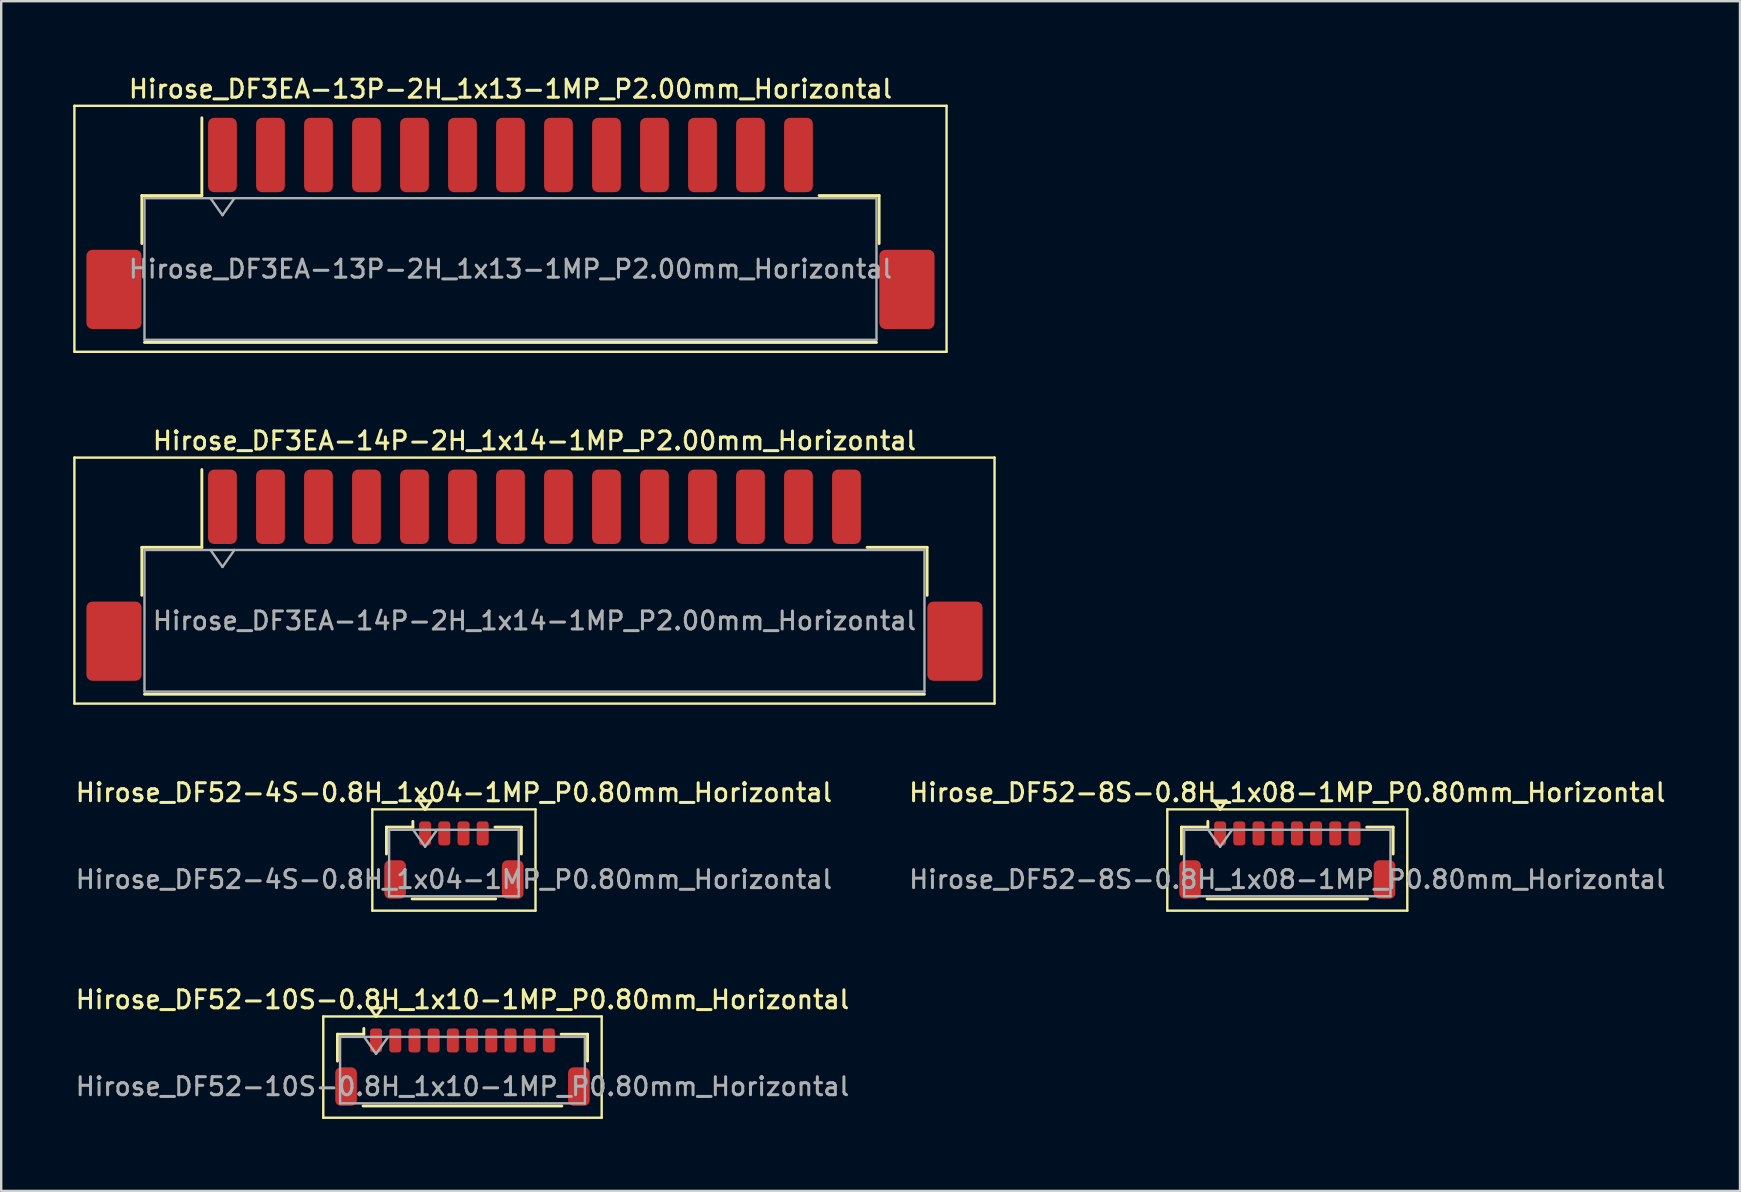
<source format=kicad_pcb>
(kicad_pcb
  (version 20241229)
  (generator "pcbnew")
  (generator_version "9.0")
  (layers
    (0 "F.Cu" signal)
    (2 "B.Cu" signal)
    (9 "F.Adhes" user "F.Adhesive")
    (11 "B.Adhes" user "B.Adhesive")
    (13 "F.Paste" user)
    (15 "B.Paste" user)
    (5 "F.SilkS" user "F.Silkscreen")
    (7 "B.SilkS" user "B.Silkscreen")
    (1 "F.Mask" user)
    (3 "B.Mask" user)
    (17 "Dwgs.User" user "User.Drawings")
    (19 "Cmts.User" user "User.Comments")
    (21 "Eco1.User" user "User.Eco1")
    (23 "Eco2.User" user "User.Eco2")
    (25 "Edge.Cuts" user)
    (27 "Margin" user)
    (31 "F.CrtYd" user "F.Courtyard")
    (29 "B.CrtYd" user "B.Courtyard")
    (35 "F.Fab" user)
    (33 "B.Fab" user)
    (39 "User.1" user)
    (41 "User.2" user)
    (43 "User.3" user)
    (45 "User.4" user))
  (footprint "Hirose_DF52-4S-0.8H_1x04-1MP_P0.80mm_Horizontal"
    (layer "F.Cu")
    (at 15.863 32.784)
    (property "Reference" "Hirose_DF52-4S-0.8H_1x04-1MP_P0.80mm_Horizontal" (at 0 -2.81 0) (layer "F.SilkS") (effects (font (size 0.75 0.75) (thickness 0.125))))
    (attr smd)
    (fp_line (start -3.4 -2.11) (end -3.4 2.11) (stroke (width 0.1) (type solid)) (layer "F.SilkS"))
    (fp_line (start -3.4 2.11) (end 3.4 2.11) (stroke (width 0.1) (type solid)) (layer "F.SilkS"))
    (fp_line (start -2.81 -1.37) (end -1.71 -1.37) (stroke (width 0.12) (type solid)) (layer "F.SilkS"))
    (fp_line (start -2.81 -0.25) (end -2.81 -1.37) (stroke (width 0.12) (type solid)) (layer "F.SilkS"))
    (fp_line (start -1.74 1.62) (end 1.74 1.62) (stroke (width 0.12) (type solid)) (layer "F.SilkS"))
    (fp_line (start -1.71 -1.37) (end -1.71 -1.61) (stroke (width 0.12) (type solid)) (layer "F.SilkS"))
    (fp_line (start -1.45 -2.464) (end -1.2 -2.11) (stroke (width 0.12) (type solid)) (layer "F.SilkS"))
    (fp_line (start -1.2 -2.11) (end -0.95 -2.464) (stroke (width 0.12) (type solid)) (layer "F.SilkS"))
    (fp_line (start -0.95 -2.464) (end -1.45 -2.464) (stroke (width 0.12) (type solid)) (layer "F.SilkS"))
    (fp_line (start 2.81 -1.37) (end 1.71 -1.37) (stroke (width 0.12) (type solid)) (layer "F.SilkS"))
    (fp_line (start 2.81 -0.25) (end 2.81 -1.37) (stroke (width 0.12) (type solid)) (layer "F.SilkS"))
    (fp_line (start 3.4 -2.11) (end -3.4 -2.11) (stroke (width 0.1) (type solid)) (layer "F.SilkS"))
    (fp_line (start 3.4 2.11) (end 3.4 -2.11) (stroke (width 0.1) (type solid)) (layer "F.SilkS"))
    (fp_line (start -2.7 -1.26) (end -2.7 1.51) (stroke (width 0.1) (type solid)) (layer "F.Fab"))
    (fp_line (start -2.7 -1.26) (end 2.7 -1.26) (stroke (width 0.1) (type solid)) (layer "F.Fab"))
    (fp_line (start -2.7 1.51) (end 2.7 1.51) (stroke (width 0.1) (type solid)) (layer "F.Fab"))
    (fp_line (start -1.7 -1.26) (end -1.2 -0.553) (stroke (width 0.1) (type solid)) (layer "F.Fab"))
    (fp_line (start -1.2 -0.553) (end -0.7 -1.26) (stroke (width 0.1) (type solid)) (layer "F.Fab"))
    (fp_line (start 2.7 -1.26) (end 2.7 1.51) (stroke (width 0.1) (type solid)) (layer "F.Fab"))
    (fp_text user "${REFERENCE}" (at 0 0.81 0) (layer "F.Fab") (effects (font (size 0.75 0.75) (thickness 0.125))))
    (pad "1" smd roundrect (at -1.2 -1.11) (size 0.5 1) (layers "F.Cu" "F.Mask" "F.Paste") (roundrect_rratio 0.25))
    (pad "2" smd roundrect (at -0.4 -1.11) (size 0.5 1) (layers "F.Cu" "F.Mask" "F.Paste") (roundrect_rratio 0.25))
    (pad "3" smd roundrect (at 0.4 -1.11) (size 0.5 1) (layers "F.Cu" "F.Mask" "F.Paste") (roundrect_rratio 0.25))
    (pad "4" smd roundrect (at 1.2 -1.11) (size 0.5 1) (layers "F.Cu" "F.Mask" "F.Paste") (roundrect_rratio 0.25))
    (pad "MP" smd roundrect (at -2.45 0.81) (size 0.9 1.6) (layers "F.Cu" "F.Mask" "F.Paste") (roundrect_rratio 0.25))
    (pad "MP" smd roundrect (at 2.45 0.81) (size 0.9 1.6) (layers "F.Cu" "F.Mask" "F.Paste") (roundrect_rratio 0.25)))
  (footprint "Hirose_DF52-10S-0.8H_1x10-1MP_P0.80mm_Horizontal"
    (layer "F.Cu")
    (at 16.22 41.413)
    (property "Reference" "Hirose_DF52-10S-0.8H_1x10-1MP_P0.80mm_Horizontal" (at 0 -2.81 0) (layer "F.SilkS") (effects (font (size 0.75 0.75) (thickness 0.125))))
    (attr smd)
    (fp_line (start -5.8 -2.11) (end -5.8 2.11) (stroke (width 0.1) (type solid)) (layer "F.SilkS"))
    (fp_line (start -5.8 2.11) (end 5.8 2.11) (stroke (width 0.1) (type solid)) (layer "F.SilkS"))
    (fp_line (start -5.21 -1.37) (end -4.11 -1.37) (stroke (width 0.12) (type solid)) (layer "F.SilkS"))
    (fp_line (start -5.21 -0.25) (end -5.21 -1.37) (stroke (width 0.12) (type solid)) (layer "F.SilkS"))
    (fp_line (start -4.14 1.62) (end 4.14 1.62) (stroke (width 0.12) (type solid)) (layer "F.SilkS"))
    (fp_line (start -4.11 -1.37) (end -4.11 -1.61) (stroke (width 0.12) (type solid)) (layer "F.SilkS"))
    (fp_line (start -3.85 -2.464) (end -3.6 -2.11) (stroke (width 0.12) (type solid)) (layer "F.SilkS"))
    (fp_line (start -3.6 -2.11) (end -3.35 -2.464) (stroke (width 0.12) (type solid)) (layer "F.SilkS"))
    (fp_line (start -3.35 -2.464) (end -3.85 -2.464) (stroke (width 0.12) (type solid)) (layer "F.SilkS"))
    (fp_line (start 5.21 -1.37) (end 4.11 -1.37) (stroke (width 0.12) (type solid)) (layer "F.SilkS"))
    (fp_line (start 5.21 -0.25) (end 5.21 -1.37) (stroke (width 0.12) (type solid)) (layer "F.SilkS"))
    (fp_line (start 5.8 -2.11) (end -5.8 -2.11) (stroke (width 0.1) (type solid)) (layer "F.SilkS"))
    (fp_line (start 5.8 2.11) (end 5.8 -2.11) (stroke (width 0.1) (type solid)) (layer "F.SilkS"))
    (fp_line (start -5.1 -1.26) (end -5.1 1.51) (stroke (width 0.1) (type solid)) (layer "F.Fab"))
    (fp_line (start -5.1 -1.26) (end 5.1 -1.26) (stroke (width 0.1) (type solid)) (layer "F.Fab"))
    (fp_line (start -5.1 1.51) (end 5.1 1.51) (stroke (width 0.1) (type solid)) (layer "F.Fab"))
    (fp_line (start -4.1 -1.26) (end -3.6 -0.553) (stroke (width 0.1) (type solid)) (layer "F.Fab"))
    (fp_line (start -3.6 -0.553) (end -3.1 -1.26) (stroke (width 0.1) (type solid)) (layer "F.Fab"))
    (fp_line (start 5.1 -1.26) (end 5.1 1.51) (stroke (width 0.1) (type solid)) (layer "F.Fab"))
    (fp_text user "${REFERENCE}" (at 0 0.81 0) (layer "F.Fab") (effects (font (size 0.75 0.75) (thickness 0.125))))
    (pad "1" smd roundrect (at -3.6 -1.11) (size 0.5 1) (layers "F.Cu" "F.Mask" "F.Paste") (roundrect_rratio 0.25))
    (pad "2" smd roundrect (at -2.8 -1.11) (size 0.5 1) (layers "F.Cu" "F.Mask" "F.Paste") (roundrect_rratio 0.25))
    (pad "3" smd roundrect (at -2 -1.11) (size 0.5 1) (layers "F.Cu" "F.Mask" "F.Paste") (roundrect_rratio 0.25))
    (pad "4" smd roundrect (at -1.2 -1.11) (size 0.5 1) (layers "F.Cu" "F.Mask" "F.Paste") (roundrect_rratio 0.25))
    (pad "5" smd roundrect (at -0.4 -1.11) (size 0.5 1) (layers "F.Cu" "F.Mask" "F.Paste") (roundrect_rratio 0.25))
    (pad "6" smd roundrect (at 0.4 -1.11) (size 0.5 1) (layers "F.Cu" "F.Mask" "F.Paste") (roundrect_rratio 0.25))
    (pad "7" smd roundrect (at 1.2 -1.11) (size 0.5 1) (layers "F.Cu" "F.Mask" "F.Paste") (roundrect_rratio 0.25))
    (pad "8" smd roundrect (at 2 -1.11) (size 0.5 1) (layers "F.Cu" "F.Mask" "F.Paste") (roundrect_rratio 0.25))
    (pad "9" smd roundrect (at 2.8 -1.11) (size 0.5 1) (layers "F.Cu" "F.Mask" "F.Paste") (roundrect_rratio 0.25))
    (pad "10" smd roundrect (at 3.6 -1.11) (size 0.5 1) (layers "F.Cu" "F.Mask" "F.Paste") (roundrect_rratio 0.25))
    (pad "MP" smd roundrect (at -4.85 0.81) (size 0.9 1.6) (layers "F.Cu" "F.Mask" "F.Paste") (roundrect_rratio 0.25))
    (pad "MP" smd roundrect (at 4.85 0.81) (size 0.9 1.6) (layers "F.Cu" "F.Mask" "F.Paste") (roundrect_rratio 0.25)))
  (footprint "Hirose_DF52-8S-0.8H_1x08-1MP_P0.80mm_Horizontal"
    (layer "F.Cu")
    (at 50.588 32.784)
    (property "Reference" "Hirose_DF52-8S-0.8H_1x08-1MP_P0.80mm_Horizontal" (at 0 -2.81 0) (layer "F.SilkS") (effects (font (size 0.75 0.75) (thickness 0.125))))
    (attr smd)
    (fp_line (start -5 -2.11) (end -5 2.11) (stroke (width 0.1) (type solid)) (layer "F.SilkS"))
    (fp_line (start -5 2.11) (end 5 2.11) (stroke (width 0.1) (type solid)) (layer "F.SilkS"))
    (fp_line (start -4.41 -1.37) (end -3.31 -1.37) (stroke (width 0.12) (type solid)) (layer "F.SilkS"))
    (fp_line (start -4.41 -0.25) (end -4.41 -1.37) (stroke (width 0.12) (type solid)) (layer "F.SilkS"))
    (fp_line (start -3.34 1.62) (end 3.34 1.62) (stroke (width 0.12) (type solid)) (layer "F.SilkS"))
    (fp_line (start -3.31 -1.37) (end -3.31 -1.61) (stroke (width 0.12) (type solid)) (layer "F.SilkS"))
    (fp_line (start -3.05 -2.464) (end -2.8 -2.11) (stroke (width 0.12) (type solid)) (layer "F.SilkS"))
    (fp_line (start -2.8 -2.11) (end -2.55 -2.464) (stroke (width 0.12) (type solid)) (layer "F.SilkS"))
    (fp_line (start -2.55 -2.464) (end -3.05 -2.464) (stroke (width 0.12) (type solid)) (layer "F.SilkS"))
    (fp_line (start 4.41 -1.37) (end 3.31 -1.37) (stroke (width 0.12) (type solid)) (layer "F.SilkS"))
    (fp_line (start 4.41 -0.25) (end 4.41 -1.37) (stroke (width 0.12) (type solid)) (layer "F.SilkS"))
    (fp_line (start 5 -2.11) (end -5 -2.11) (stroke (width 0.1) (type solid)) (layer "F.SilkS"))
    (fp_line (start 5 2.11) (end 5 -2.11) (stroke (width 0.1) (type solid)) (layer "F.SilkS"))
    (fp_line (start -4.3 -1.26) (end -4.3 1.51) (stroke (width 0.1) (type solid)) (layer "F.Fab"))
    (fp_line (start -4.3 -1.26) (end 4.3 -1.26) (stroke (width 0.1) (type solid)) (layer "F.Fab"))
    (fp_line (start -4.3 1.51) (end 4.3 1.51) (stroke (width 0.1) (type solid)) (layer "F.Fab"))
    (fp_line (start -3.3 -1.26) (end -2.8 -0.553) (stroke (width 0.1) (type solid)) (layer "F.Fab"))
    (fp_line (start -2.8 -0.553) (end -2.3 -1.26) (stroke (width 0.1) (type solid)) (layer "F.Fab"))
    (fp_line (start 4.3 -1.26) (end 4.3 1.51) (stroke (width 0.1) (type solid)) (layer "F.Fab"))
    (fp_text user "${REFERENCE}" (at 0 0.81 0) (layer "F.Fab") (effects (font (size 0.75 0.75) (thickness 0.125))))
    (pad "1" smd roundrect (at -2.8 -1.11) (size 0.5 1) (layers "F.Cu" "F.Mask" "F.Paste") (roundrect_rratio 0.25))
    (pad "2" smd roundrect (at -2 -1.11) (size 0.5 1) (layers "F.Cu" "F.Mask" "F.Paste") (roundrect_rratio 0.25))
    (pad "3" smd roundrect (at -1.2 -1.11) (size 0.5 1) (layers "F.Cu" "F.Mask" "F.Paste") (roundrect_rratio 0.25))
    (pad "4" smd roundrect (at -0.4 -1.11) (size 0.5 1) (layers "F.Cu" "F.Mask" "F.Paste") (roundrect_rratio 0.25))
    (pad "5" smd roundrect (at 0.4 -1.11) (size 0.5 1) (layers "F.Cu" "F.Mask" "F.Paste") (roundrect_rratio 0.25))
    (pad "6" smd roundrect (at 1.2 -1.11) (size 0.5 1) (layers "F.Cu" "F.Mask" "F.Paste") (roundrect_rratio 0.25))
    (pad "7" smd roundrect (at 2 -1.11) (size 0.5 1) (layers "F.Cu" "F.Mask" "F.Paste") (roundrect_rratio 0.25))
    (pad "8" smd roundrect (at 2.8 -1.11) (size 0.5 1) (layers "F.Cu" "F.Mask" "F.Paste") (roundrect_rratio 0.25))
    (pad "MP" smd roundrect (at -4.05 0.81) (size 0.9 1.6) (layers "F.Cu" "F.Mask" "F.Paste") (roundrect_rratio 0.25))
    (pad "MP" smd roundrect (at 4.05 0.81) (size 0.9 1.6) (layers "F.Cu" "F.Mask" "F.Paste") (roundrect_rratio 0.25)))
  (footprint "Hirose_DF3EA-14P-2H_1x14-1MP_P2.00mm_Horizontal"
    (layer "F.Cu")
    (at 19.22 20.916)
    (property "Reference" "Hirose_DF3EA-14P-2H_1x14-1MP_P2.00mm_Horizontal" (at 0 -5.6 0) (layer "F.SilkS") (effects (font (size 0.75 0.75) (thickness 0.125))))
    (attr smd)
    (fp_line (start -19.17 -4.9) (end -19.17 5.35) (stroke (width 0.1) (type solid)) (layer "F.SilkS"))
    (fp_line (start -19.17 5.35) (end 19.17 5.35) (stroke (width 0.1) (type solid)) (layer "F.SilkS"))
    (fp_line (start -16.36 -1.16) (end -13.86 -1.16) (stroke (width 0.12) (type solid)) (layer "F.SilkS"))
    (fp_line (start -16.36 0.84) (end -16.36 -1.16) (stroke (width 0.12) (type solid)) (layer "F.SilkS"))
    (fp_line (start -16.25 4.96) (end 16.25 4.96) (stroke (width 0.12) (type solid)) (layer "F.SilkS"))
    (fp_line (start -13.86 -1.16) (end -13.86 -4.4) (stroke (width 0.12) (type solid)) (layer "F.SilkS"))
    (fp_line (start 16.36 -1.16) (end 13.86 -1.16) (stroke (width 0.12) (type solid)) (layer "F.SilkS"))
    (fp_line (start 16.36 0.84) (end 16.36 -1.16) (stroke (width 0.12) (type solid)) (layer "F.SilkS"))
    (fp_line (start 19.17 -4.9) (end -19.17 -4.9) (stroke (width 0.1) (type solid)) (layer "F.SilkS"))
    (fp_line (start 19.17 5.35) (end 19.17 -4.9) (stroke (width 0.1) (type solid)) (layer "F.SilkS"))
    (fp_line (start -16.25 -1.05) (end -16.25 4.85) (stroke (width 0.1) (type solid)) (layer "F.Fab"))
    (fp_line (start -16.25 -1.05) (end 16.25 -1.05) (stroke (width 0.1) (type solid)) (layer "F.Fab"))
    (fp_line (start -16.25 4.85) (end 16.25 4.85) (stroke (width 0.1) (type solid)) (layer "F.Fab"))
    (fp_line (start -13.5 -1.05) (end -13 -0.343) (stroke (width 0.1) (type solid)) (layer "F.Fab"))
    (fp_line (start -13 -0.343) (end -12.5 -1.05) (stroke (width 0.1) (type solid)) (layer "F.Fab"))
    (fp_line (start 16.25 -1.05) (end 16.25 4.85) (stroke (width 0.1) (type solid)) (layer "F.Fab"))
    (fp_text user "${REFERENCE}" (at 0 1.9 0) (layer "F.Fab") (effects (font (size 0.75 0.75) (thickness 0.125))))
    (pad "1" smd roundrect (at -13 -2.85) (size 1.2 3.1) (layers "F.Cu" "F.Mask" "F.Paste") (roundrect_rratio 0.208))
    (pad "2" smd roundrect (at -11 -2.85) (size 1.2 3.1) (layers "F.Cu" "F.Mask" "F.Paste") (roundrect_rratio 0.208))
    (pad "3" smd roundrect (at -9 -2.85) (size 1.2 3.1) (layers "F.Cu" "F.Mask" "F.Paste") (roundrect_rratio 0.208))
    (pad "4" smd roundrect (at -7 -2.85) (size 1.2 3.1) (layers "F.Cu" "F.Mask" "F.Paste") (roundrect_rratio 0.208))
    (pad "5" smd roundrect (at -5 -2.85) (size 1.2 3.1) (layers "F.Cu" "F.Mask" "F.Paste") (roundrect_rratio 0.208))
    (pad "6" smd roundrect (at -3 -2.85) (size 1.2 3.1) (layers "F.Cu" "F.Mask" "F.Paste") (roundrect_rratio 0.208))
    (pad "7" smd roundrect (at -1 -2.85) (size 1.2 3.1) (layers "F.Cu" "F.Mask" "F.Paste") (roundrect_rratio 0.208))
    (pad "8" smd roundrect (at 1 -2.85) (size 1.2 3.1) (layers "F.Cu" "F.Mask" "F.Paste") (roundrect_rratio 0.208))
    (pad "9" smd roundrect (at 3 -2.85) (size 1.2 3.1) (layers "F.Cu" "F.Mask" "F.Paste") (roundrect_rratio 0.208))
    (pad "10" smd roundrect (at 5 -2.85) (size 1.2 3.1) (layers "F.Cu" "F.Mask" "F.Paste") (roundrect_rratio 0.208))
    (pad "11" smd roundrect (at 7 -2.85) (size 1.2 3.1) (layers "F.Cu" "F.Mask" "F.Paste") (roundrect_rratio 0.208))
    (pad "12" smd roundrect (at 9 -2.85) (size 1.2 3.1) (layers "F.Cu" "F.Mask" "F.Paste") (roundrect_rratio 0.208))
    (pad "13" smd roundrect (at 11 -2.85) (size 1.2 3.1) (layers "F.Cu" "F.Mask" "F.Paste") (roundrect_rratio 0.208))
    (pad "14" smd roundrect (at 13 -2.85) (size 1.2 3.1) (layers "F.Cu" "F.Mask" "F.Paste") (roundrect_rratio 0.208))
    (pad "MP" smd roundrect (at -17.52 2.75) (size 2.3 3.3) (layers "F.Cu" "F.Mask" "F.Paste") (roundrect_rratio 0.109))
    (pad "MP" smd roundrect (at 17.52 2.75) (size 2.3 3.3) (layers "F.Cu" "F.Mask" "F.Paste") (roundrect_rratio 0.109)))
  (footprint "Hirose_DF3EA-13P-2H_1x13-1MP_P2.00mm_Horizontal"
    (layer "F.Cu")
    (at 18.22 6.258)
    (property "Reference" "Hirose_DF3EA-13P-2H_1x13-1MP_P2.00mm_Horizontal" (at 0 -5.6 0) (layer "F.SilkS") (effects (font (size 0.75 0.75) (thickness 0.125))))
    (attr smd)
    (fp_line (start -18.17 -4.9) (end -18.17 5.35) (stroke (width 0.1) (type solid)) (layer "F.SilkS"))
    (fp_line (start -18.17 5.35) (end 18.17 5.35) (stroke (width 0.1) (type solid)) (layer "F.SilkS"))
    (fp_line (start -15.36 -1.16) (end -12.86 -1.16) (stroke (width 0.12) (type solid)) (layer "F.SilkS"))
    (fp_line (start -15.36 0.84) (end -15.36 -1.16) (stroke (width 0.12) (type solid)) (layer "F.SilkS"))
    (fp_line (start -15.25 4.96) (end 15.25 4.96) (stroke (width 0.12) (type solid)) (layer "F.SilkS"))
    (fp_line (start -12.86 -1.16) (end -12.86 -4.4) (stroke (width 0.12) (type solid)) (layer "F.SilkS"))
    (fp_line (start 15.36 -1.16) (end 12.86 -1.16) (stroke (width 0.12) (type solid)) (layer "F.SilkS"))
    (fp_line (start 15.36 0.84) (end 15.36 -1.16) (stroke (width 0.12) (type solid)) (layer "F.SilkS"))
    (fp_line (start 18.17 -4.9) (end -18.17 -4.9) (stroke (width 0.1) (type solid)) (layer "F.SilkS"))
    (fp_line (start 18.17 5.35) (end 18.17 -4.9) (stroke (width 0.1) (type solid)) (layer "F.SilkS"))
    (fp_line (start -15.25 -1.05) (end -15.25 4.85) (stroke (width 0.1) (type solid)) (layer "F.Fab"))
    (fp_line (start -15.25 -1.05) (end 15.25 -1.05) (stroke (width 0.1) (type solid)) (layer "F.Fab"))
    (fp_line (start -15.25 4.85) (end 15.25 4.85) (stroke (width 0.1) (type solid)) (layer "F.Fab"))
    (fp_line (start -12.5 -1.05) (end -12 -0.343) (stroke (width 0.1) (type solid)) (layer "F.Fab"))
    (fp_line (start -12 -0.343) (end -11.5 -1.05) (stroke (width 0.1) (type solid)) (layer "F.Fab"))
    (fp_line (start 15.25 -1.05) (end 15.25 4.85) (stroke (width 0.1) (type solid)) (layer "F.Fab"))
    (fp_text user "${REFERENCE}" (at 0 1.9 0) (layer "F.Fab") (effects (font (size 0.75 0.75) (thickness 0.125))))
    (pad "1" smd roundrect (at -12 -2.85) (size 1.2 3.1) (layers "F.Cu" "F.Mask" "F.Paste") (roundrect_rratio 0.208))
    (pad "2" smd roundrect (at -10 -2.85) (size 1.2 3.1) (layers "F.Cu" "F.Mask" "F.Paste") (roundrect_rratio 0.208))
    (pad "3" smd roundrect (at -8 -2.85) (size 1.2 3.1) (layers "F.Cu" "F.Mask" "F.Paste") (roundrect_rratio 0.208))
    (pad "4" smd roundrect (at -6 -2.85) (size 1.2 3.1) (layers "F.Cu" "F.Mask" "F.Paste") (roundrect_rratio 0.208))
    (pad "5" smd roundrect (at -4 -2.85) (size 1.2 3.1) (layers "F.Cu" "F.Mask" "F.Paste") (roundrect_rratio 0.208))
    (pad "6" smd roundrect (at -2 -2.85) (size 1.2 3.1) (layers "F.Cu" "F.Mask" "F.Paste") (roundrect_rratio 0.208))
    (pad "7" smd roundrect (at 0 -2.85) (size 1.2 3.1) (layers "F.Cu" "F.Mask" "F.Paste") (roundrect_rratio 0.208))
    (pad "8" smd roundrect (at 2 -2.85) (size 1.2 3.1) (layers "F.Cu" "F.Mask" "F.Paste") (roundrect_rratio 0.208))
    (pad "9" smd roundrect (at 4 -2.85) (size 1.2 3.1) (layers "F.Cu" "F.Mask" "F.Paste") (roundrect_rratio 0.208))
    (pad "10" smd roundrect (at 6 -2.85) (size 1.2 3.1) (layers "F.Cu" "F.Mask" "F.Paste") (roundrect_rratio 0.208))
    (pad "11" smd roundrect (at 8 -2.85) (size 1.2 3.1) (layers "F.Cu" "F.Mask" "F.Paste") (roundrect_rratio 0.208))
    (pad "12" smd roundrect (at 10 -2.85) (size 1.2 3.1) (layers "F.Cu" "F.Mask" "F.Paste") (roundrect_rratio 0.208))
    (pad "13" smd roundrect (at 12 -2.85) (size 1.2 3.1) (layers "F.Cu" "F.Mask" "F.Paste") (roundrect_rratio 0.208))
    (pad "MP" smd roundrect (at -16.52 2.75) (size 2.3 3.3) (layers "F.Cu" "F.Mask" "F.Paste") (roundrect_rratio 0.109))
    (pad "MP" smd roundrect (at 16.52 2.75) (size 2.3 3.3) (layers "F.Cu" "F.Mask" "F.Paste") (roundrect_rratio 0.109)))
  (gr_rect
    (start -3 -3)
    (end 69.45 46.572)
    (stroke (width 0.1) (type default))
    (fill no)
    (layer "Edge.Cuts")))
</source>
